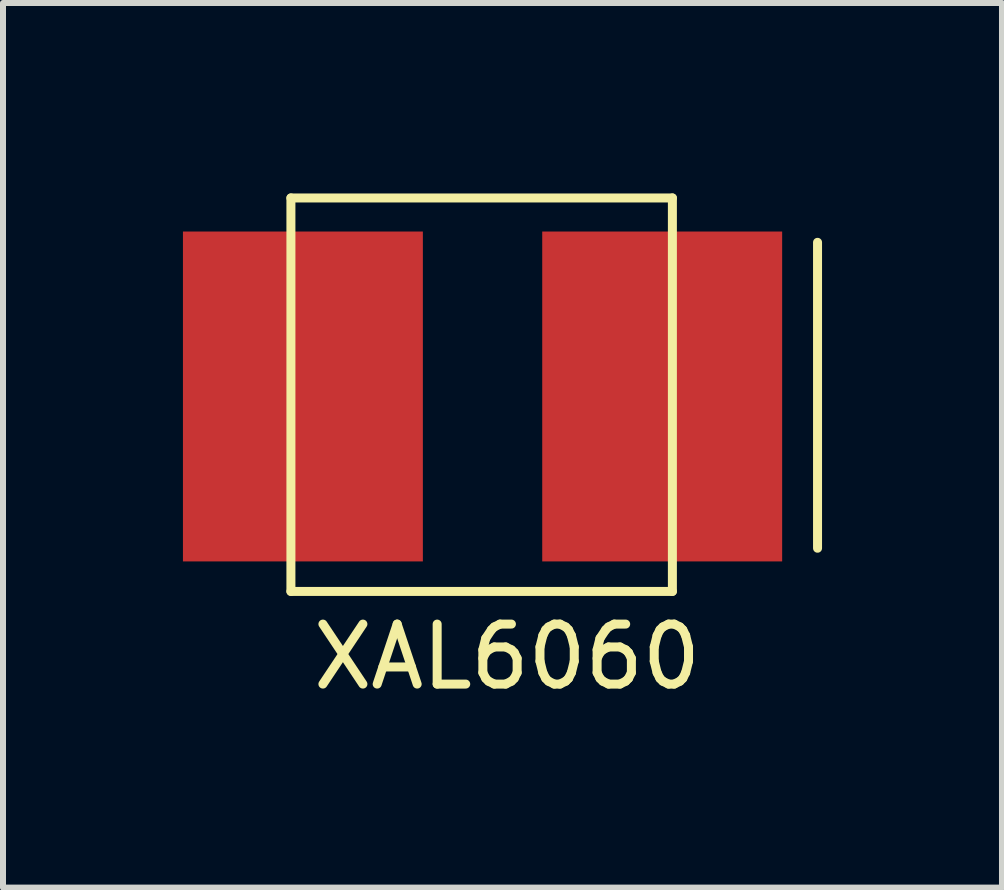
<source format=kicad_pcb>
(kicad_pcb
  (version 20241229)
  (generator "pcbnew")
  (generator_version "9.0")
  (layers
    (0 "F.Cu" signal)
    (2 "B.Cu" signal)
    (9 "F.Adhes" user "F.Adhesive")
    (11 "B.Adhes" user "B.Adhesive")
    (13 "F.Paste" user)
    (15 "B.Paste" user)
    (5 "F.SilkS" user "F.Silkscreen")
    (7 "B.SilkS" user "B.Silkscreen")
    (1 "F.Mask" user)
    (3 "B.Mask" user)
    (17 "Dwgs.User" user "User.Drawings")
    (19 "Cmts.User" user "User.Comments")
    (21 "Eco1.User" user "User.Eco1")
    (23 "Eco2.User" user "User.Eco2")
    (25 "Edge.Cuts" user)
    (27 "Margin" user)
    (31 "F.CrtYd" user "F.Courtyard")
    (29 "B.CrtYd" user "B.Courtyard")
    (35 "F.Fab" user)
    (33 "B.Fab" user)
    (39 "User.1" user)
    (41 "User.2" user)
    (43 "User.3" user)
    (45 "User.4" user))
  (footprint "XAL6060"
    (layer "F.Cu")
    (at 1.8 0.25)
    (property "Reference" "XAL6060" (at 3.605 7.65 0) (layer "F.SilkS") (effects (font (size 1 1) (thickness 0.15))))
    (attr through_hole)
    (fp_line (start 0 0) (end 6.36 0) (stroke (width 0.15) (type solid)) (layer "F.SilkS"))
    (fp_line (start 0 6.56) (end 0 0) (stroke (width 0.15) (type solid)) (layer "F.SilkS"))
    (fp_line (start 6.36 0) (end 6.36 6.56) (stroke (width 0.15) (type solid)) (layer "F.SilkS"))
    (fp_line (start 6.36 6.56) (end 0 6.56) (stroke (width 0.15) (type solid)) (layer "F.SilkS"))
    (fp_line (start 8.78 0.74) (end 8.78 5.84) (stroke (width 0.15) (type solid)) (layer "F.SilkS"))
    (pad "1" smd rect (at 0.2 3.31) (size 4 5.5) (layers "F.Cu" "F.Mask" "F.Paste"))
    (pad "2" smd rect (at 6.19 3.31) (size 4 5.5) (layers "F.Cu" "F.Mask" "F.Paste")))
  (gr_rect
    (start -3 -3)
    (end 13.655 11.748)
    (stroke (width 0.1) (type default))
    (fill no)
    (layer "Edge.Cuts")))
</source>
